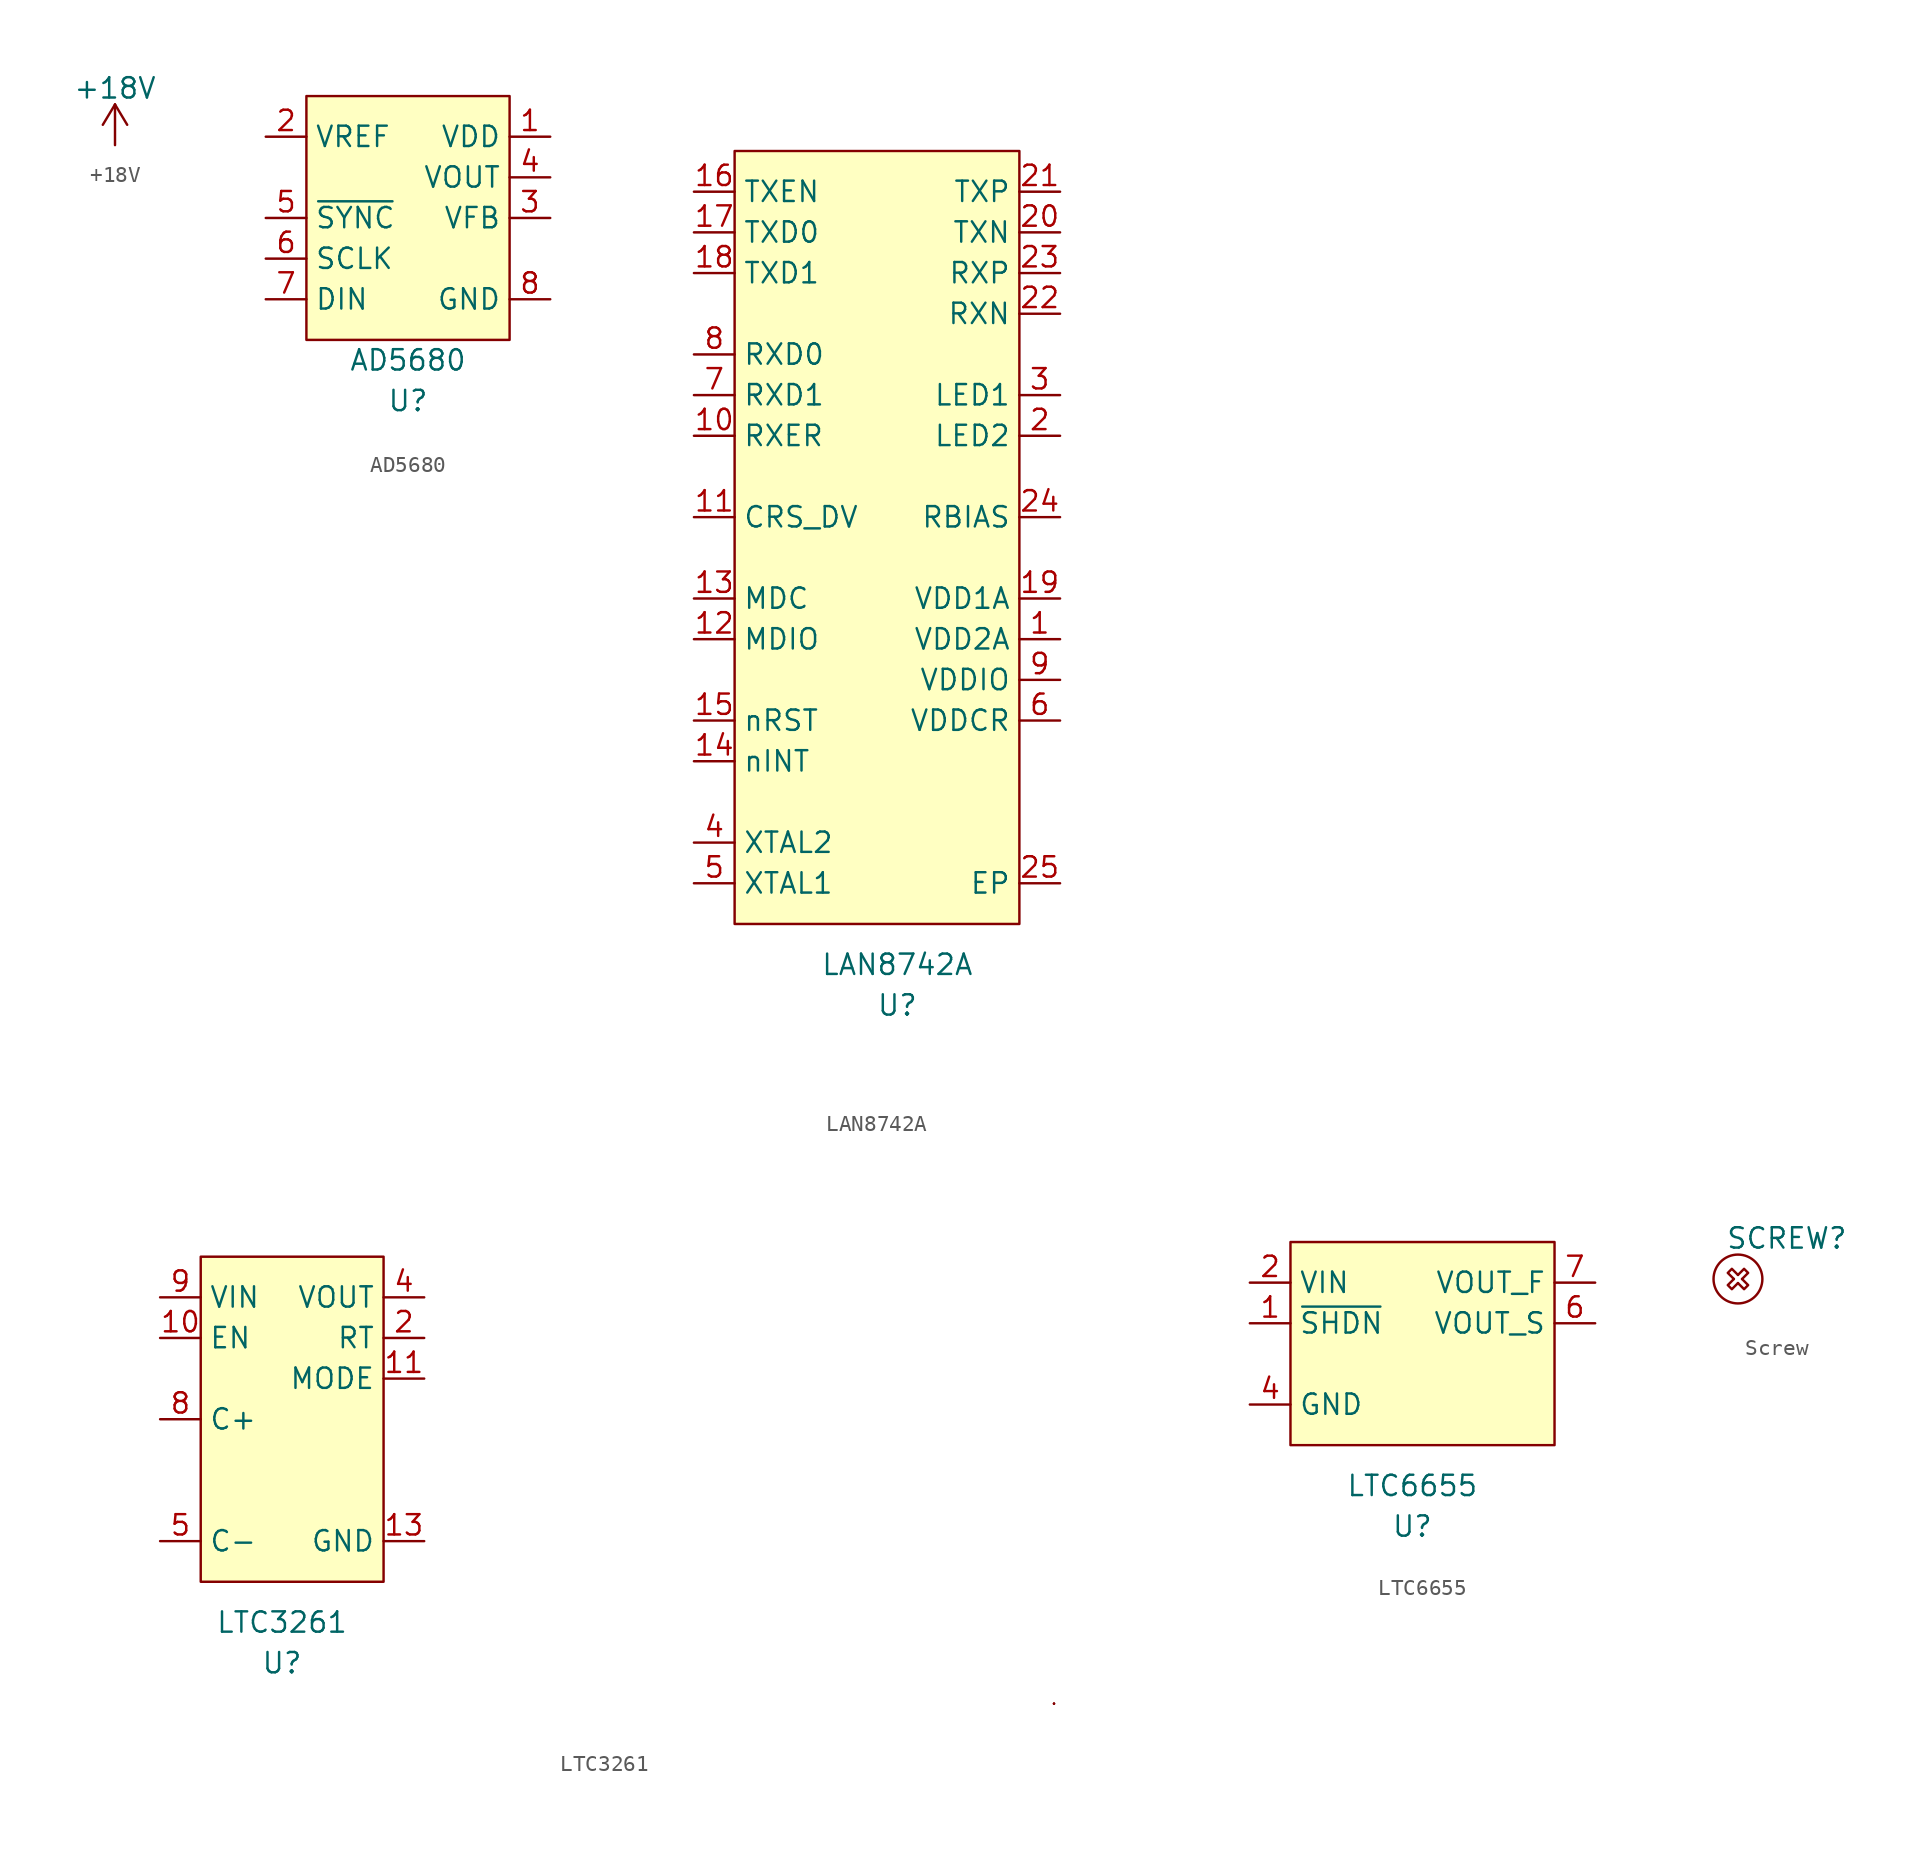
<source format=kicad_sym>
(kicad_symbol_lib
  (version 20220914)
  (generator kicad_symbol_editor)
  (symbol "+18V"
    (power)
    (pin_names
      (offset 0))
    (property "Reference" "#PWR"
      (at 0 -3.81 0)
      (effects (font (size 1.27 1.27)) hide))
    (property "Value" "+18V"
      (at 0 3.556 0)
      (effects (font (size 1.27 1.27))))
    (symbol "+18V_0_1"
      (polyline (pts (xy -0.762 1.27) (xy 0 2.54)) (stroke (width 0) (type default)) (fill (type none)))
      (polyline (pts (xy 0 0) (xy 0 2.54)) (stroke (width 0) (type default)) (fill (type none)))
      (polyline (pts (xy 0 2.54) (xy 0.762 1.27)) (stroke (width 0) (type default)) (fill (type none))))
    (symbol "+18V_1_1"
      (pin power_in line (at 0 0 90) (length 0) hide (name "+1V8" (effects (font (size 1.27 1.27)))) (number "1" (effects (font (size 1.27 1.27)))))))
  (symbol "AD5680"
    (property "Reference" "U"
      (at 0 -3.81 0)
      (effects (font (size 1.27 1.27))))
    (property "Value" "AD5680"
      (at 0 -1.27 0)
      (effects (font (size 1.27 1.27))))
    (symbol "AD5680_0_0"
      (pin power_in line (at 8.89 12.7 180) (length 2.54) (name "VDD" (effects (font (size 1.27 1.27)))) (number "1" (effects (font (size 1.27 1.27)))))
      (pin input line (at -8.89 12.7 0) (length 2.54) (name "VREF" (effects (font (size 1.27 1.27)))) (number "2" (effects (font (size 1.27 1.27)))))
      (pin input line (at 8.89 7.62 180) (length 2.54) (name "VFB" (effects (font (size 1.27 1.27)))) (number "3" (effects (font (size 1.27 1.27)))))
      (pin output line (at 8.89 10.16 180) (length 2.54) (name "VOUT" (effects (font (size 1.27 1.27)))) (number "4" (effects (font (size 1.27 1.27)))))
      (pin input line (at -8.89 7.62 0) (length 2.54) (name "~{SYNC}" (effects (font (size 1.27 1.27)))) (number "5" (effects (font (size 1.27 1.27)))))
      (pin input line (at -8.89 5.08 0) (length 2.54) (name "SCLK" (effects (font (size 1.27 1.27)))) (number "6" (effects (font (size 1.27 1.27)))))
      (pin input line (at -8.89 2.54 0) (length 2.54) (name "DIN" (effects (font (size 1.27 1.27)))) (number "7" (effects (font (size 1.27 1.27)))))
      (pin power_in line (at 8.89 2.54 180) (length 2.54) (name "GND" (effects (font (size 1.27 1.27)))) (number "8" (effects (font (size 1.27 1.27))))))
    (symbol "AD5680_0_1"
      (rectangle (start -6.35 15.24) (end 6.35 0) (stroke (width 0) (type default)) (fill (type background)))))
  (symbol "LAN8742A"
    (property "Reference" "U"
      (at 0 -30.48 0)
      (effects (font (size 1.27 1.27))))
    (property "Value" "LAN8742A"
      (at 0 -27.94 0)
      (effects (font (size 1.27 1.27))))
    (symbol "LAN8742A_0_0"
      (pin power_in line (at 10.16 -7.62 180) (length 2.54) (name "VDD2A" (effects (font (size 1.27 1.27)))) (number "1" (effects (font (size 1.27 1.27)))))
      (pin bidirectional line (at -12.7 5.08 0) (length 2.54) (name "RXER" (effects (font (size 1.27 1.27)))) (number "10" (effects (font (size 1.27 1.27)))))
      (pin output line (at -12.7 0 0) (length 2.54) (name "CRS_DV" (effects (font (size 1.27 1.27)))) (number "11" (effects (font (size 1.27 1.27)))))
      (pin bidirectional line (at -12.7 -7.62 0) (length 2.54) (name "MDIO" (effects (font (size 1.27 1.27)))) (number "12" (effects (font (size 1.27 1.27)))))
      (pin input line (at -12.7 -5.08 0) (length 2.54) (name "MDC" (effects (font (size 1.27 1.27)))) (number "13" (effects (font (size 1.27 1.27)))))
      (pin output line (at -12.7 -15.24 0) (length 2.54) (name "nINT" (effects (font (size 1.27 1.27)))) (number "14" (effects (font (size 1.27 1.27)))))
      (pin input line (at -12.7 -12.7 0) (length 2.54) (name "nRST" (effects (font (size 1.27 1.27)))) (number "15" (effects (font (size 1.27 1.27)))))
      (pin input line (at -12.7 20.32 0) (length 2.54) (name "TXEN" (effects (font (size 1.27 1.27)))) (number "16" (effects (font (size 1.27 1.27)))))
      (pin input line (at -12.7 17.78 0) (length 2.54) (name "TXD0" (effects (font (size 1.27 1.27)))) (number "17" (effects (font (size 1.27 1.27)))))
      (pin input line (at -12.7 15.24 0) (length 2.54) (name "TXD1" (effects (font (size 1.27 1.27)))) (number "18" (effects (font (size 1.27 1.27)))))
      (pin power_in line (at 10.16 -5.08 180) (length 2.54) (name "VDD1A" (effects (font (size 1.27 1.27)))) (number "19" (effects (font (size 1.27 1.27)))))
      (pin output line (at 10.16 5.08 180) (length 2.54) (name "LED2" (effects (font (size 1.27 1.27)))) (number "2" (effects (font (size 1.27 1.27)))))
      (pin bidirectional line (at 10.16 17.78 180) (length 2.54) (name "TXN" (effects (font (size 1.27 1.27)))) (number "20" (effects (font (size 1.27 1.27)))))
      (pin bidirectional line (at 10.16 20.32 180) (length 2.54) (name "TXP" (effects (font (size 1.27 1.27)))) (number "21" (effects (font (size 1.27 1.27)))))
      (pin bidirectional line (at 10.16 12.7 180) (length 2.54) (name "RXN" (effects (font (size 1.27 1.27)))) (number "22" (effects (font (size 1.27 1.27)))))
      (pin bidirectional line (at 10.16 15.24 180) (length 2.54) (name "RXP" (effects (font (size 1.27 1.27)))) (number "23" (effects (font (size 1.27 1.27)))))
      (pin passive line (at 10.16 0 180) (length 2.54) (name "RBIAS" (effects (font (size 1.27 1.27)))) (number "24" (effects (font (size 1.27 1.27)))))
      (pin power_in line (at 10.16 -22.86 180) (length 2.54) (name "EP" (effects (font (size 1.27 1.27)))) (number "25" (effects (font (size 1.27 1.27)))))
      (pin output line (at 10.16 7.62 180) (length 2.54) (name "LED1" (effects (font (size 1.27 1.27)))) (number "3" (effects (font (size 1.27 1.27)))))
      (pin input line (at -12.7 -20.32 0) (length 2.54) (name "XTAL2" (effects (font (size 1.27 1.27)))) (number "4" (effects (font (size 1.27 1.27)))))
      (pin input line (at -12.7 -22.86 0) (length 2.54) (name "XTAL1" (effects (font (size 1.27 1.27)))) (number "5" (effects (font (size 1.27 1.27)))))
      (pin passive line (at 10.16 -12.7 180) (length 2.54) (name "VDDCR" (effects (font (size 1.27 1.27)))) (number "6" (effects (font (size 1.27 1.27)))))
      (pin output line (at -12.7 7.62 0) (length 2.54) (name "RXD1" (effects (font (size 1.27 1.27)))) (number "7" (effects (font (size 1.27 1.27)))))
      (pin output line (at -12.7 10.16 0) (length 2.54) (name "RXD0" (effects (font (size 1.27 1.27)))) (number "8" (effects (font (size 1.27 1.27)))))
      (pin power_in line (at 10.16 -10.16 180) (length 2.54) (name "VDDIO" (effects (font (size 1.27 1.27)))) (number "9" (effects (font (size 1.27 1.27))))))
    (symbol "LAN8742A_0_1"
      (rectangle (start -10.16 22.86) (end 7.62 -25.4) (stroke (width 0) (type default)) (fill (type background)))))
  (symbol "LTC3261"
    (property "Reference" "U"
      (at 0 -16.51 0)
      (effects (font (size 1.27 1.27))))
    (property "Value" "LTC3261"
      (at 0 -13.97 0)
      (effects (font (size 1.27 1.27))))
    (symbol "LTC3261_0_0"
      (pin no_connect line (at 0 0 0) (length 2.54) hide (name "NC" (effects (font (size 1.27 1.27)))) (number "1" (effects (font (size 1.27 1.27)))))
      (pin input line (at -7.62 3.81 0) (length 2.54) (name "EN" (effects (font (size 1.27 1.27)))) (number "10" (effects (font (size 1.27 1.27)))))
      (pin input line (at 8.89 1.27 180) (length 2.54) (name "MODE" (effects (font (size 1.27 1.27)))) (number "11" (effects (font (size 1.27 1.27)))))
      (pin no_connect line (at 0 -5.08 0) (length 2.54) hide (name "NC" (effects (font (size 1.27 1.27)))) (number "12" (effects (font (size 1.27 1.27)))))
      (pin power_in line (at 8.89 -8.89 180) (length 2.54) (name "GND" (effects (font (size 1.27 1.27)))) (number "13" (effects (font (size 1.27 1.27)))))
      (pin input line (at 8.89 3.81 180) (length 2.54) (name "RT" (effects (font (size 1.27 1.27)))) (number "2" (effects (font (size 1.27 1.27)))))
      (pin no_connect line (at 0 -1.27 0) (length 2.54) hide (name "NC" (effects (font (size 1.27 1.27)))) (number "3" (effects (font (size 1.27 1.27)))))
      (pin power_out line (at 8.89 6.35 180) (length 2.54) (name "VOUT" (effects (font (size 1.27 1.27)))) (number "4" (effects (font (size 1.27 1.27)))))
      (pin passive line (at -7.62 -8.89 0) (length 2.54) (name "C-" (effects (font (size 1.27 1.27)))) (number "5" (effects (font (size 1.27 1.27)))))
      (pin no_connect line (at 0 -2.54 0) (length 2.54) hide (name "NC" (effects (font (size 1.27 1.27)))) (number "6" (effects (font (size 1.27 1.27)))))
      (pin no_connect line (at 0 -3.81 0) (length 2.54) hide (name "NC" (effects (font (size 1.27 1.27)))) (number "7" (effects (font (size 1.27 1.27)))))
      (pin passive line (at -7.62 -1.27 0) (length 2.54) (name "C+" (effects (font (size 1.27 1.27)))) (number "8" (effects (font (size 1.27 1.27)))))
      (pin power_in line (at -7.62 6.35 0) (length 2.54) (name "VIN" (effects (font (size 1.27 1.27)))) (number "9" (effects (font (size 1.27 1.27))))))
    (symbol "LTC3261_0_1"
      (rectangle (start -5.08 8.89) (end 6.35 -11.43) (stroke (width 0) (type default)) (fill (type background)))
      (rectangle (start 48.26 -19.05) (end 48.26 -19.05) (stroke (width 0) (type default)) (fill (type none)))
      (rectangle (start 48.26 -19.05) (end 48.26 -19.05) (stroke (width 0) (type default)) (fill (type none)))
      (rectangle (start 48.26 -19.05) (end 48.26 -19.05) (stroke (width 0) (type default)) (fill (type none)))))
  (symbol "LTC6655"
    (property "Reference" "U"
      (at 0 -10.16 0)
      (effects (font (size 1.27 1.27))))
    (property "Value" "LTC6655"
      (at 0 -7.62 0)
      (effects (font (size 1.27 1.27))))
    (symbol "LTC6655_0_0"
      (pin input line (at -10.16 2.54 0) (length 2.54) (name "~{SHDN}" (effects (font (size 1.27 1.27)))) (number "1" (effects (font (size 1.27 1.27)))))
      (pin power_in line (at -10.16 5.08 0) (length 2.54) (name "VIN" (effects (font (size 1.27 1.27)))) (number "2" (effects (font (size 1.27 1.27)))))
      (pin power_in line (at -10.16 -2.54 0) (length 2.54) hide (name "GND" (effects (font (size 1.27 1.27)))) (number "3" (effects (font (size 1.27 1.27)))))
      (pin power_in line (at -10.16 -2.54 0) (length 2.54) (name "GND" (effects (font (size 1.27 1.27)))) (number "4" (effects (font (size 1.27 1.27)))))
      (pin power_in line (at -10.16 -2.54 0) (length 2.54) hide (name "GND" (effects (font (size 1.27 1.27)))) (number "5" (effects (font (size 1.27 1.27)))))
      (pin passive line (at 11.43 2.54 180) (length 2.54) (name "VOUT_S" (effects (font (size 1.27 1.27)))) (number "6" (effects (font (size 1.27 1.27)))))
      (pin output line (at 11.43 5.08 180) (length 2.54) (name "VOUT_F" (effects (font (size 1.27 1.27)))) (number "7" (effects (font (size 1.27 1.27)))))
      (pin power_in line (at -10.16 -2.54 0) (length 2.54) hide (name "GND" (effects (font (size 1.27 1.27)))) (number "8" (effects (font (size 1.27 1.27))))))
    (symbol "LTC6655_0_1"
      (rectangle (start -7.62 7.62) (end 8.89 -5.08) (stroke (width 0) (type default)) (fill (type background)))))
  (symbol "Screw"
    (property "Reference" "SCREW"
      (at 3.048 2.54 0)
      (effects (font (size 1.27 1.27))))
    (property "Value" ""
      (at 0 -2.413 0)
      (effects (font (size 1.27 1.27))))
    (symbol "Screw_0_1"
      (polyline (pts (xy -0.254 0) (xy -0.635 -0.381) (xy -0.381 -0.635) (xy 0 -0.254)) (stroke (width 0) (type default)) (fill (type none)))
      (polyline (pts (xy 0 -0.254) (xy 0.381 -0.635) (xy 0.635 -0.381) (xy 0.254 0)) (stroke (width 0) (type default)) (fill (type none)))
      (polyline (pts (xy 0 0.254) (xy -0.381 0.635) (xy -0.635 0.381) (xy -0.254 0)) (stroke (width 0) (type default)) (fill (type none)))
      (polyline (pts (xy 0.254 0) (xy 0.635 0.381) (xy 0.381 0.635) (xy 0 0.254)) (stroke (width 0) (type default)) (fill (type none)))
      (circle (center 0 0) (radius 1.524) (stroke (width 0) (type default)) (fill (type none))))))
</source>
